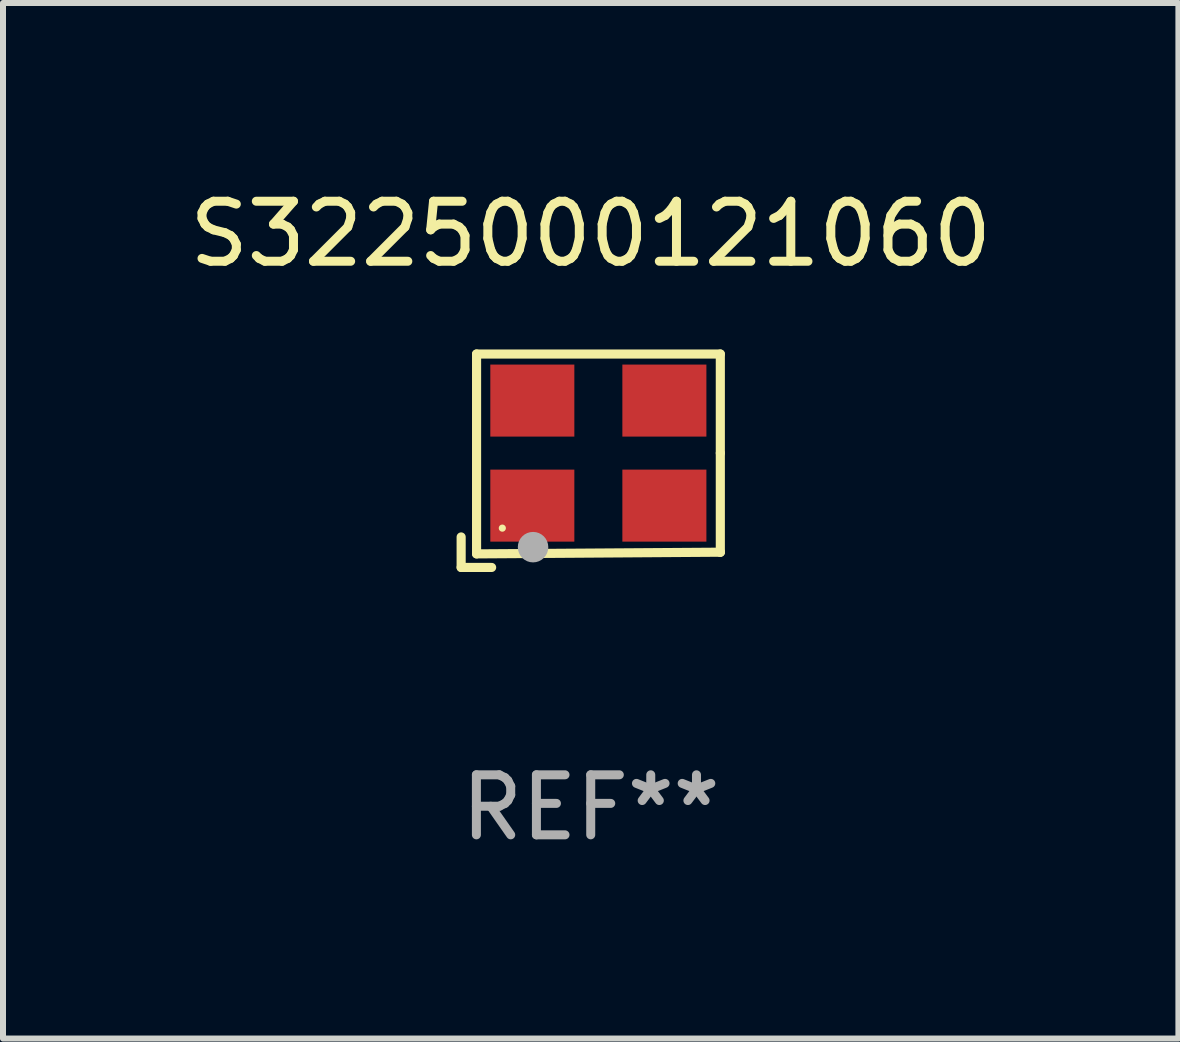
<source format=kicad_pcb>
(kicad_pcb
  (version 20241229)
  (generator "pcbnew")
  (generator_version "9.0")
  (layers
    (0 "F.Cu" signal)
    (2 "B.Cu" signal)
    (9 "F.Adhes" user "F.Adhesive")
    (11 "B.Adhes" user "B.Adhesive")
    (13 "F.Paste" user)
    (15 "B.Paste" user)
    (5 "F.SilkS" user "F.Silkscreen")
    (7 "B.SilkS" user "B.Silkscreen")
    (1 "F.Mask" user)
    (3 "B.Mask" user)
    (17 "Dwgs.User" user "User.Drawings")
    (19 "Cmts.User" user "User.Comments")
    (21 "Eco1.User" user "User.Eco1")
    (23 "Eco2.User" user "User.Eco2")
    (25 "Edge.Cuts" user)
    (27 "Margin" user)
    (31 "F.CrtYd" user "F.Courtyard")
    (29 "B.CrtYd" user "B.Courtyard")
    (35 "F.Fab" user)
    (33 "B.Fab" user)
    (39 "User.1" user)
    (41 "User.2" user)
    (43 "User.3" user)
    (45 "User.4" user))
  (footprint "S3225000121060"
    (layer "F.Cu")
    (at 6.792 4.626)
    (property "Reference" "S3225000121060" (at 0 -3.778 0) (layer "F.SilkS") (effects (font (size 1 1) (thickness 0.15))))
    (attr through_hole)
    (fp_line (start -2.159 1.27) (end -2.159 1.778) (stroke (width 0.152) (type solid)) (layer "F.SilkS"))
    (fp_line (start -2.159 1.778) (end -1.651 1.778) (stroke (width 0.152) (type solid)) (layer "F.SilkS"))
    (fp_line (start -1.902 -1.778) (end 2.159 -1.778) (stroke (width 0.152) (type solid)) (layer "F.SilkS"))
    (fp_line (start -1.902 1.552) (end -1.902 -1.778) (stroke (width 0.152) (type solid)) (layer "F.SilkS"))
    (fp_line (start 2.159 -1.778) (end 2.159 -0.127) (stroke (width 0.152) (type solid)) (layer "F.SilkS"))
    (fp_line (start 2.159 -0.127) (end 2.159 1.524) (stroke (width 0.152) (type solid)) (layer "F.SilkS"))
    (fp_line (start 2.159 1.524) (end -1.902 1.552) (stroke (width 0.152) (type solid)) (layer "F.SilkS"))
    (fp_line (start 2.159 1.524) (end 2.159 1.524) (stroke (width 0.152) (type solid)) (layer "F.SilkS"))
    (fp_circle (center -1.473 1.123) (end -1.443 1.123) (stroke (width 0.06) (type solid)) (fill no) (layer "F.SilkS"))
    (fp_circle (center -0.961 1.44) (end -0.834 1.44) (stroke (width 0.254) (type solid)) (fill no) (layer "F.Fab"))
    (fp_text user "REF**" (at 0 5.778 0) (layer "F.Fab") (effects (font (size 1 1) (thickness 0.15))))
    (pad "1" smd rect (at -0.973 0.748) (size 1.4 1.2) (layers "F.Cu" "F.Mask" "F.Paste"))
    (pad "2" smd rect (at 1.227 0.748) (size 1.4 1.2) (layers "F.Cu" "F.Mask" "F.Paste"))
    (pad "3" smd rect (at 1.227 -1.002) (size 1.4 1.2) (layers "F.Cu" "F.Mask" "F.Paste"))
    (pad "4" smd rect (at -0.973 -1.002) (size 1.4 1.2) (layers "F.Cu" "F.Mask" "F.Paste")))
  (gr_rect
    (start -3 -3)
    (end 16.583 14.253)
    (stroke (width 0.1) (type default))
    (fill no)
    (layer "Edge.Cuts")))
</source>
